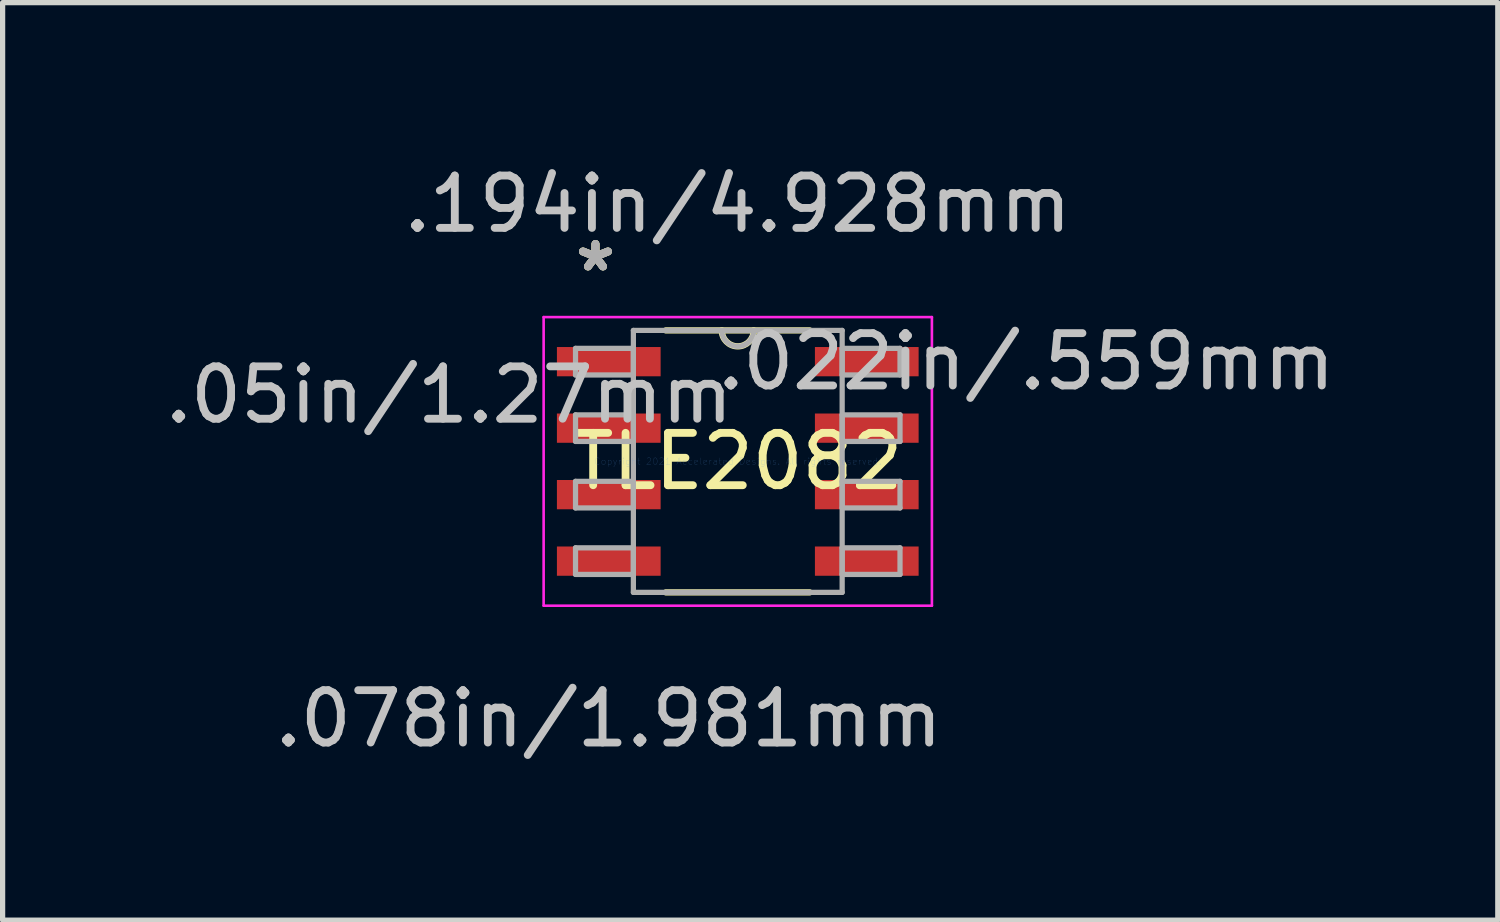
<source format=kicad_pcb>
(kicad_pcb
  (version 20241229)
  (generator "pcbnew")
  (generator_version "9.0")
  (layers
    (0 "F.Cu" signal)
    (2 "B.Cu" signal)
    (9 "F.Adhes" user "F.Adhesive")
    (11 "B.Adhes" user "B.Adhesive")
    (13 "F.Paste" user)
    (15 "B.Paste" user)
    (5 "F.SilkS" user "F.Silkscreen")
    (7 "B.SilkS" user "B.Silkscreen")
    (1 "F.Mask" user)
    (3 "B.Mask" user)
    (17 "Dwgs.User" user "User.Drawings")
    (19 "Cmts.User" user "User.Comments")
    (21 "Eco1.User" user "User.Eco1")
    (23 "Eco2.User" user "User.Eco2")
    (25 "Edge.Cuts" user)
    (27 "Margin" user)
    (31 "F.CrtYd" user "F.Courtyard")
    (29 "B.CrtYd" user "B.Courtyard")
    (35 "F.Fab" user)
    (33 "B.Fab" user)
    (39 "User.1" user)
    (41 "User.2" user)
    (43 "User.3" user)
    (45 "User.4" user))
  (footprint "TLE2082"
    (layer "F.Cu")
    (at 11.042 5.763)
    (property "Reference" "TLE2082" (at 0 0 0) (layer "F.SilkS") (effects (font (size 1 1) (thickness 0.15))))
    (attr through_hole)
    (fp_line (start -1.374 2.502) (end 1.374 2.502) (stroke (width 0.12) (type solid)) (layer "F.SilkS"))
    (fp_line (start 1.374 -2.502) (end -1.374 -2.502) (stroke (width 0.12) (type solid)) (layer "F.SilkS"))
    (fp_arc (start 0.3048 -2.5019) (mid 0 -2.1971) (end -0.3048 -2.5019) (stroke (width 0.12) (type solid)) (layer "F.SilkS"))
    (fp_line (start -3.708 -2.756) (end 3.708 -2.756) (stroke (width 0.05) (type solid)) (layer "F.CrtYd"))
    (fp_line (start -3.708 2.756) (end -3.708 -2.756) (stroke (width 0.05) (type solid)) (layer "F.CrtYd"))
    (fp_line (start 3.708 -2.756) (end 3.708 2.756) (stroke (width 0.05) (type solid)) (layer "F.CrtYd"))
    (fp_line (start 3.708 2.756) (end -3.708 2.756) (stroke (width 0.05) (type solid)) (layer "F.CrtYd"))
    (fp_line (start -3.099 -2.159) (end -3.099 -1.651) (stroke (width 0.1) (type solid)) (layer "F.Fab"))
    (fp_line (start -3.099 -1.651) (end -1.994 -1.651) (stroke (width 0.1) (type solid)) (layer "F.Fab"))
    (fp_line (start -3.099 -0.889) (end -3.099 -0.381) (stroke (width 0.1) (type solid)) (layer "F.Fab"))
    (fp_line (start -3.099 -0.381) (end -1.994 -0.381) (stroke (width 0.1) (type solid)) (layer "F.Fab"))
    (fp_line (start -3.099 0.381) (end -3.099 0.889) (stroke (width 0.1) (type solid)) (layer "F.Fab"))
    (fp_line (start -3.099 0.889) (end -1.994 0.889) (stroke (width 0.1) (type solid)) (layer "F.Fab"))
    (fp_line (start -3.099 1.651) (end -3.099 2.159) (stroke (width 0.1) (type solid)) (layer "F.Fab"))
    (fp_line (start -3.099 2.159) (end -1.994 2.159) (stroke (width 0.1) (type solid)) (layer "F.Fab"))
    (fp_line (start -1.994 -2.502) (end -1.994 2.502) (stroke (width 0.1) (type solid)) (layer "F.Fab"))
    (fp_line (start -1.994 -2.159) (end -3.099 -2.159) (stroke (width 0.1) (type solid)) (layer "F.Fab"))
    (fp_line (start -1.994 -1.651) (end -1.994 -2.159) (stroke (width 0.1) (type solid)) (layer "F.Fab"))
    (fp_line (start -1.994 -0.889) (end -3.099 -0.889) (stroke (width 0.1) (type solid)) (layer "F.Fab"))
    (fp_line (start -1.994 -0.381) (end -1.994 -0.889) (stroke (width 0.1) (type solid)) (layer "F.Fab"))
    (fp_line (start -1.994 0.381) (end -3.099 0.381) (stroke (width 0.1) (type solid)) (layer "F.Fab"))
    (fp_line (start -1.994 0.889) (end -1.994 0.381) (stroke (width 0.1) (type solid)) (layer "F.Fab"))
    (fp_line (start -1.994 1.651) (end -3.099 1.651) (stroke (width 0.1) (type solid)) (layer "F.Fab"))
    (fp_line (start -1.994 2.159) (end -1.994 1.651) (stroke (width 0.1) (type solid)) (layer "F.Fab"))
    (fp_line (start -1.994 2.502) (end 1.994 2.502) (stroke (width 0.1) (type solid)) (layer "F.Fab"))
    (fp_line (start 1.994 -2.502) (end -1.994 -2.502) (stroke (width 0.1) (type solid)) (layer "F.Fab"))
    (fp_line (start 1.994 -2.159) (end 1.994 -1.651) (stroke (width 0.1) (type solid)) (layer "F.Fab"))
    (fp_line (start 1.994 -1.651) (end 3.099 -1.651) (stroke (width 0.1) (type solid)) (layer "F.Fab"))
    (fp_line (start 1.994 -0.889) (end 1.994 -0.381) (stroke (width 0.1) (type solid)) (layer "F.Fab"))
    (fp_line (start 1.994 -0.381) (end 3.099 -0.381) (stroke (width 0.1) (type solid)) (layer "F.Fab"))
    (fp_line (start 1.994 0.381) (end 1.994 0.889) (stroke (width 0.1) (type solid)) (layer "F.Fab"))
    (fp_line (start 1.994 0.889) (end 3.099 0.889) (stroke (width 0.1) (type solid)) (layer "F.Fab"))
    (fp_line (start 1.994 1.651) (end 1.994 2.159) (stroke (width 0.1) (type solid)) (layer "F.Fab"))
    (fp_line (start 1.994 2.159) (end 3.099 2.159) (stroke (width 0.1) (type solid)) (layer "F.Fab"))
    (fp_line (start 1.994 2.502) (end 1.994 -2.502) (stroke (width 0.1) (type solid)) (layer "F.Fab"))
    (fp_line (start 3.099 -2.159) (end 1.994 -2.159) (stroke (width 0.1) (type solid)) (layer "F.Fab"))
    (fp_line (start 3.099 -1.651) (end 3.099 -2.159) (stroke (width 0.1) (type solid)) (layer "F.Fab"))
    (fp_line (start 3.099 -0.889) (end 1.994 -0.889) (stroke (width 0.1) (type solid)) (layer "F.Fab"))
    (fp_line (start 3.099 -0.381) (end 3.099 -0.889) (stroke (width 0.1) (type solid)) (layer "F.Fab"))
    (fp_line (start 3.099 0.381) (end 1.994 0.381) (stroke (width 0.1) (type solid)) (layer "F.Fab"))
    (fp_line (start 3.099 0.889) (end 3.099 0.381) (stroke (width 0.1) (type solid)) (layer "F.Fab"))
    (fp_line (start 3.099 1.651) (end 1.994 1.651) (stroke (width 0.1) (type solid)) (layer "F.Fab"))
    (fp_line (start 3.099 2.159) (end 3.099 1.651) (stroke (width 0.1) (type solid)) (layer "F.Fab"))
    (fp_arc (start 0.3048 -2.5019) (mid 0 -2.1971) (end -0.3048 -2.5019) (stroke (width 0.1) (type solid)) (layer "F.Fab"))
    (fp_text user "*" (at -2.718 -3.607 0) (layer "F.SilkS") (effects (font (size 1 1) (thickness 0.15))))
    (fp_text user "*" (at -2.718 -3.607 0) (layer "F.SilkS") (effects (font (size 1 1) (thickness 0.15))))
    (fp_text user ".194in/4.928mm" (at 0 -4.915 0) (layer "Dwgs.User") (effects (font (size 1 1) (thickness 0.15))))
    (fp_text user ".078in/1.981mm" (at -2.464 4.915 0) (layer "Dwgs.User") (effects (font (size 1 1) (thickness 0.15))))
    (fp_text user ".05in/1.27mm" (at -5.512 -1.27 0) (layer "Dwgs.User") (effects (font (size 1 1) (thickness 0.15))))
    (fp_text user ".022in/.559mm" (at 5.512 -1.905 0) (layer "Dwgs.User") (effects (font (size 1 1) (thickness 0.15))))
    (fp_text user "Copyright 2021 Accelerated Designs. All rights reserved." (at 0 0 0) (layer "Cmts.User") (effects (font (size 0.127 0.127) (thickness 0.002))))
    (fp_text user "*" (at -2.718 -3.607 0) (layer "F.Fab") (effects (font (size 1 1) (thickness 0.15))))
    (fp_text user "*" (at -2.718 -3.607 0) (layer "F.Fab") (effects (font (size 1 1) (thickness 0.15))))
    (pad "1" smd rect (at -2.464 -1.905) (size 1.981 0.559) (layers "F.Cu" "F.Mask" "F.Paste"))
    (pad "2" smd rect (at -2.464 -0.635) (size 1.981 0.559) (layers "F.Cu" "F.Mask" "F.Paste"))
    (pad "3" smd rect (at -2.464 0.635) (size 1.981 0.559) (layers "F.Cu" "F.Mask" "F.Paste"))
    (pad "4" smd rect (at -2.464 1.905) (size 1.981 0.559) (layers "F.Cu" "F.Mask" "F.Paste"))
    (pad "5" smd rect (at 2.464 1.905) (size 1.981 0.559) (layers "F.Cu" "F.Mask" "F.Paste"))
    (pad "6" smd rect (at 2.464 0.635) (size 1.981 0.559) (layers "F.Cu" "F.Mask" "F.Paste"))
    (pad "7" smd rect (at 2.464 -0.635) (size 1.981 0.559) (layers "F.Cu" "F.Mask" "F.Paste"))
    (pad "8" smd rect (at 2.464 -1.905) (size 1.981 0.559) (layers "F.Cu" "F.Mask" "F.Paste")))
  (gr_rect
    (start -3 -3)
    (end 25.559 14.526)
    (stroke (width 0.1) (type default))
    (fill no)
    (layer "Edge.Cuts")))
</source>
